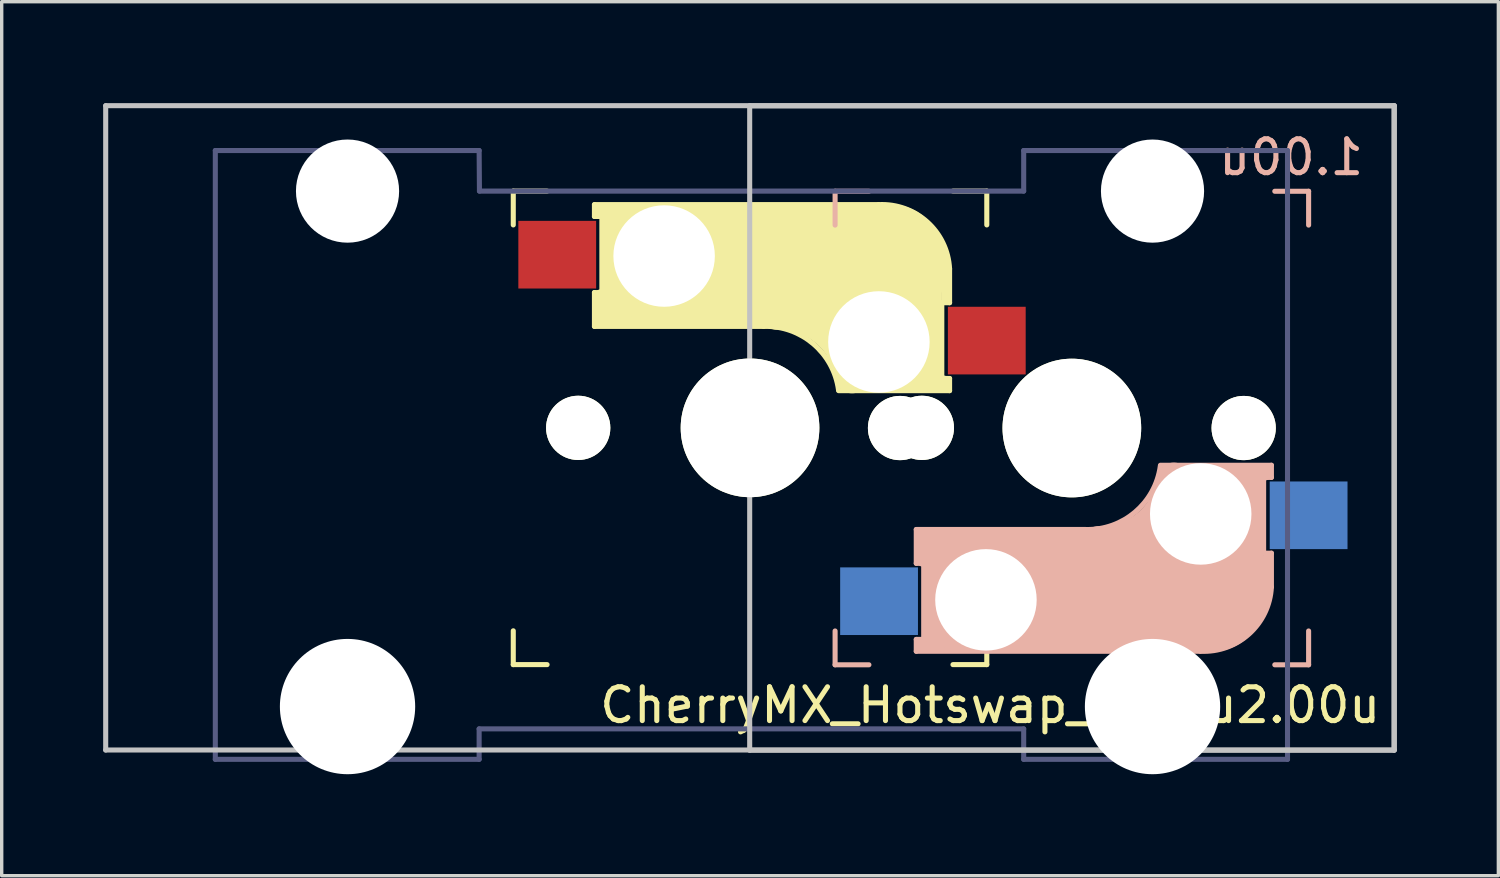
<source format=kicad_pcb>
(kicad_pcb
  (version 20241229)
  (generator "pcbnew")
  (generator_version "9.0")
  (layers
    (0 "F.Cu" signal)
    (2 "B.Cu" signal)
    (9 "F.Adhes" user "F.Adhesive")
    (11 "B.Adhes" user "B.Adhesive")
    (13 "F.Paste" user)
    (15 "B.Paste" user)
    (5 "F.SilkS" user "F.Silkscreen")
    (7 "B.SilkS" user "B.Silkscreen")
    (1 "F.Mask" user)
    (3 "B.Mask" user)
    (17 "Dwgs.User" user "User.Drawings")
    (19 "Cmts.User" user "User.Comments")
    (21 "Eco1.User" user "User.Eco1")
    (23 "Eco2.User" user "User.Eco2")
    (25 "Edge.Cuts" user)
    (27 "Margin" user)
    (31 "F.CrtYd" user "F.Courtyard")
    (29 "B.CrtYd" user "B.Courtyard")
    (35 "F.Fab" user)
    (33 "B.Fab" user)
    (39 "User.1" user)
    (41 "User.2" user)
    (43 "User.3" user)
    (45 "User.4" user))
  (footprint "CherryMX_Hotswap_1.00u2.00u"
    (layer "F.Cu")
    (at 19.125 9.6)
    (property "Reference" "CherryMX_Hotswap_1.00u2.00u" (at 7.1 8.2 0) (layer "F.SilkS") (effects (font (size 1 1) (thickness 0.15))))
    (attr through_hole)
    (fp_line (start -7 -7) (end -6 -7) (stroke (width 0.15) (type solid)) (layer "F.SilkS"))
    (fp_line (start -7 -6) (end -7 -7) (stroke (width 0.15) (type solid)) (layer "F.SilkS"))
    (fp_line (start -7 6) (end -7 7) (stroke (width 0.15) (type solid)) (layer "F.SilkS"))
    (fp_line (start -7 7) (end -6 7) (stroke (width 0.15) (type solid)) (layer "F.SilkS"))
    (fp_line (start -4.6 -6.6) (end 3.8 -6.6) (stroke (width 0.15) (type solid)) (layer "F.SilkS"))
    (fp_line (start -4.6 -6.25) (end -4.6 -6.6) (stroke (width 0.15) (type solid)) (layer "F.SilkS"))
    (fp_line (start -4.6 -4) (end -4.4 -4) (stroke (width 0.15) (type solid)) (layer "F.SilkS"))
    (fp_line (start -4.6 -3) (end -4.6 -4) (stroke (width 0.15) (type solid)) (layer "F.SilkS"))
    (fp_line (start -4.4 -6.4) (end -3 -6.4) (stroke (width 0.4) (type solid)) (layer "F.SilkS"))
    (fp_line (start -4.4 -6.25) (end -4.6 -6.25) (stroke (width 0.15) (type solid)) (layer "F.SilkS"))
    (fp_line (start -4.4 -3.9) (end -4.4 -3.2) (stroke (width 0.4) (type solid)) (layer "F.SilkS"))
    (fp_line (start -4.38 -4) (end -4.38 -6.25) (stroke (width 0.15) (type solid)) (layer "F.SilkS"))
    (fp_line (start -4.3 -3.3) (end -2.9 -3.3) (stroke (width 0.5) (type solid)) (layer "F.SilkS"))
    (fp_line (start -3.9 -6) (end -3.9 -3.5) (stroke (width 1) (type solid)) (layer "F.SilkS"))
    (fp_line (start -2.6 -4.8) (end 4.1 -4.8) (stroke (width 3.5) (type solid)) (layer "F.SilkS"))
    (fp_line (start 0.4 -3) (end -4.6 -3) (stroke (width 0.15) (type solid)) (layer "F.SilkS"))
    (fp_line (start 4.17 -5.1) (end 4.17 -2.86) (stroke (width 3) (type solid)) (layer "F.SilkS"))
    (fp_line (start 5.3 -1.6) (end 5.3 -3.4) (stroke (width 0.8) (type solid)) (layer "F.SilkS"))
    (fp_line (start 5.67 -3.7) (end 5.67 -1.46) (stroke (width 0.15) (type solid)) (layer "F.SilkS"))
    (fp_line (start 5.7 -1.46) (end 5.9 -1.46) (stroke (width 0.15) (type solid)) (layer "F.SilkS"))
    (fp_line (start 5.7 -1.3) (end 3 -1.3) (stroke (width 0.5) (type solid)) (layer "F.SilkS"))
    (fp_line (start 5.8 -3.8) (end 5.8 -4.7) (stroke (width 0.3) (type solid)) (layer "F.SilkS"))
    (fp_line (start 5.9 -4.7) (end 5.9 -3.7) (stroke (width 0.15) (type solid)) (layer "F.SilkS"))
    (fp_line (start 5.9 -3.7) (end 5.7 -3.7) (stroke (width 0.15) (type solid)) (layer "F.SilkS"))
    (fp_line (start 5.9 -1.1) (end 2.62 -1.1) (stroke (width 0.15) (type solid)) (layer "F.SilkS"))
    (fp_line (start 5.9 -1.1) (end 5.9 -1.46) (stroke (width 0.15) (type solid)) (layer "F.SilkS"))
    (fp_line (start 6 7) (end 7 7) (stroke (width 0.15) (type solid)) (layer "F.SilkS"))
    (fp_line (start 7 -7) (end 6 -7) (stroke (width 0.15) (type solid)) (layer "F.SilkS"))
    (fp_line (start 7 -7) (end 7 -6) (stroke (width 0.15) (type solid)) (layer "F.SilkS"))
    (fp_line (start 7 7) (end 7 6) (stroke (width 0.15) (type solid)) (layer "F.SilkS"))
    (fp_arc (start 0.4 -3) (mid 1.868709 -2.486118) (end 2.616318 -1.121471) (stroke (width 0.15) (type solid)) (layer "F.SilkS"))
    (fp_arc (start 0.8 -3.4) (mid 2.268709 -2.886118) (end 3.016318 -1.521471) (stroke (width 1) (type solid)) (layer "F.SilkS"))
    (fp_arc (start 3.8 -6.600001) (mid 5.243504 -6.084925) (end 5.900001 -4.7) (stroke (width 0.15) (type solid)) (layer "F.SilkS"))
    (fp_line (start 2.515 -6.995) (end 2.515 -5.995) (stroke (width 0.15) (type solid)) (layer "B.SilkS"))
    (fp_line (start 2.515 7.005) (end 2.515 6.005) (stroke (width 0.15) (type solid)) (layer "B.SilkS"))
    (fp_line (start 2.515 7.005) (end 3.515 7.005) (stroke (width 0.15) (type solid)) (layer "B.SilkS"))
    (fp_line (start 3.515 -6.995) (end 2.515 -6.995) (stroke (width 0.15) (type solid)) (layer "B.SilkS"))
    (fp_line (start 4.915 3.005) (end 4.915 4.005) (stroke (width 0.15) (type solid)) (layer "B.SilkS"))
    (fp_line (start 4.915 4.005) (end 5.115 4.005) (stroke (width 0.15) (type solid)) (layer "B.SilkS"))
    (fp_line (start 4.915 6.255) (end 4.915 6.605) (stroke (width 0.15) (type solid)) (layer "B.SilkS"))
    (fp_line (start 4.915 6.605) (end 13.315 6.605) (stroke (width 0.15) (type solid)) (layer "B.SilkS"))
    (fp_line (start 5.115 3.905) (end 5.115 3.205) (stroke (width 0.4) (type solid)) (layer "B.SilkS"))
    (fp_line (start 5.115 6.255) (end 4.915 6.255) (stroke (width 0.15) (type solid)) (layer "B.SilkS"))
    (fp_line (start 5.115 6.405) (end 6.515 6.405) (stroke (width 0.4) (type solid)) (layer "B.SilkS"))
    (fp_line (start 5.135 4.005) (end 5.135 6.255) (stroke (width 0.15) (type solid)) (layer "B.SilkS"))
    (fp_line (start 5.215 3.305) (end 6.615 3.305) (stroke (width 0.5) (type solid)) (layer "B.SilkS"))
    (fp_line (start 5.615 6.005) (end 5.615 3.505) (stroke (width 1) (type solid)) (layer "B.SilkS"))
    (fp_line (start 6.915 4.805) (end 13.615 4.805) (stroke (width 3.5) (type solid)) (layer "B.SilkS"))
    (fp_line (start 9.915 3.005) (end 4.915 3.005) (stroke (width 0.15) (type solid)) (layer "B.SilkS"))
    (fp_line (start 13.685 5.105) (end 13.685 2.865) (stroke (width 3) (type solid)) (layer "B.SilkS"))
    (fp_line (start 14.815 1.605) (end 14.815 3.405) (stroke (width 0.8) (type solid)) (layer "B.SilkS"))
    (fp_line (start 15.185 3.705) (end 15.185 1.465) (stroke (width 0.15) (type solid)) (layer "B.SilkS"))
    (fp_line (start 15.215 1.305) (end 12.515 1.305) (stroke (width 0.5) (type solid)) (layer "B.SilkS"))
    (fp_line (start 15.215 1.465) (end 15.415 1.465) (stroke (width 0.15) (type solid)) (layer "B.SilkS"))
    (fp_line (start 15.315 3.805) (end 15.315 4.705) (stroke (width 0.3) (type solid)) (layer "B.SilkS"))
    (fp_line (start 15.415 1.105) (end 12.135 1.105) (stroke (width 0.15) (type solid)) (layer "B.SilkS"))
    (fp_line (start 15.415 1.105) (end 15.415 1.465) (stroke (width 0.15) (type solid)) (layer "B.SilkS"))
    (fp_line (start 15.415 3.705) (end 15.215 3.705) (stroke (width 0.15) (type solid)) (layer "B.SilkS"))
    (fp_line (start 15.415 4.705) (end 15.415 3.705) (stroke (width 0.15) (type solid)) (layer "B.SilkS"))
    (fp_line (start 16.515 -6.995) (end 15.515 -6.995) (stroke (width 0.15) (type solid)) (layer "B.SilkS"))
    (fp_line (start 16.515 -5.995) (end 16.515 -6.995) (stroke (width 0.15) (type solid)) (layer "B.SilkS"))
    (fp_line (start 16.515 6.005) (end 16.515 7.005) (stroke (width 0.15) (type solid)) (layer "B.SilkS"))
    (fp_line (start 16.515 7.005) (end 15.515 7.005) (stroke (width 0.15) (type solid)) (layer "B.SilkS"))
    (fp_arc (start 12.131318 1.126471) (mid 11.383709 2.491118) (end 9.915 3.005) (stroke (width 0.15) (type solid)) (layer "B.SilkS"))
    (fp_arc (start 12.531318 1.526471) (mid 11.783709 2.891118) (end 10.315 3.405) (stroke (width 1) (type solid)) (layer "B.SilkS"))
    (fp_arc (start 15.415 4.704999) (mid 14.758504 6.089924) (end 13.315001 6.605) (stroke (width 0.15) (type solid)) (layer "B.SilkS"))
    (fp_line (start -19.05 -9.525) (end 19.05 -9.525) (stroke (width 0.15) (type solid)) (layer "Dwgs.User"))
    (fp_line (start -19.05 9.525) (end -19.05 -9.525) (stroke (width 0.15) (type solid)) (layer "Dwgs.User"))
    (fp_line (start -0.01 -9.52) (end 19.04 -9.52) (stroke (width 0.15) (type solid)) (layer "Dwgs.User"))
    (fp_line (start -0.01 9.53) (end -0.01 -9.52) (stroke (width 0.15) (type solid)) (layer "Dwgs.User"))
    (fp_line (start 19.04 -9.52) (end 19.04 9.53) (stroke (width 0.15) (type solid)) (layer "Dwgs.User"))
    (fp_line (start 19.04 9.53) (end -0.01 9.53) (stroke (width 0.15) (type solid)) (layer "Dwgs.User"))
    (fp_line (start 19.05 -9.525) (end 19.05 9.525) (stroke (width 0.15) (type solid)) (layer "Dwgs.User"))
    (fp_line (start 19.05 9.525) (end -19.05 9.525) (stroke (width 0.15) (type solid)) (layer "Dwgs.User"))
    (fp_line (start -15.809 9.8) (end -8.009 9.8) (stroke (width 0.15) (type solid)) (layer "B.Fab"))
    (fp_line (start -15.809 -8.2) (end -15.809 9.8) (stroke (width 0.15) (type solid)) (layer "B.Fab"))
    (fp_line (start -8.009 -8.2) (end -15.809 -8.2) (stroke (width 0.15) (type solid)) (layer "B.Fab"))
    (fp_line (start -8.009 8.9) (end 8.091 8.9) (stroke (width 0.15) (type solid)) (layer "B.Fab"))
    (fp_line (start -8.009 9.8) (end -8.009 8.9) (stroke (width 0.15) (type solid)) (layer "B.Fab"))
    (fp_line (start -8 -7) (end -8.009 -8.2) (stroke (width 0.15) (type solid)) (layer "B.Fab"))
    (fp_line (start 8.091 9.8) (end 8.091 8.9) (stroke (width 0.15) (type solid)) (layer "B.Fab"))
    (fp_line (start 8.091 9.8) (end 15.891 9.8) (stroke (width 0.15) (type solid)) (layer "B.Fab"))
    (fp_line (start 8.091 -8.2) (end 8.091 -7) (stroke (width 0.15) (type solid)) (layer "B.Fab"))
    (fp_line (start 8.091 -7) (end -8 -7) (stroke (width 0.15) (type solid)) (layer "B.Fab"))
    (fp_line (start 15.891 -8.2) (end 8.091 -8.2) (stroke (width 0.15) (type solid)) (layer "B.Fab"))
    (fp_line (start 15.891 9.8) (end 15.891 -8.2) (stroke (width 0.15) (type solid)) (layer "B.Fab"))
    (fp_text user "1.00u" (at 16 -8 180) (layer "B.SilkS") (effects (font (size 1 1) (thickness 0.15)) (justify mirror)))
    (pad "" np_thru_hole circle (at -11.9 -7) (size 3.05 3.05) (drill 3.05) (layers "*.Cu" "*.Mask"))
    (pad "" np_thru_hole circle (at -11.9 8.24) (size 4 4) (drill 4) (layers "*.Cu" "*.Mask"))
    (pad "" np_thru_hole circle (at -5.08 0) (size 1.9 1.9) (drill 1.9) (layers "*.Cu" "*.Mask" "F.SilkS"))
    (pad "" np_thru_hole circle (at -2.54 -5.08 180) (size 3 3) (drill 3) (layers "*.Cu" "*.Mask"))
    (pad "" np_thru_hole circle (at 0 0 90) (size 4.1 4.1) (drill 4.1) (layers "*.Cu" "*.Mask" "F.SilkS"))
    (pad "" np_thru_hole circle (at 3.81 -2.54 180) (size 3 3) (drill 3) (layers "*.Cu" "*.Mask"))
    (pad "" np_thru_hole circle (at 4.435 0.005 180) (size 1.9 1.9) (drill 1.9) (layers "*.Cu" "*.Mask" "F.SilkS"))
    (pad "" np_thru_hole circle (at 5.08 0) (size 1.9 1.9) (drill 1.9) (layers "*.Cu" "*.Mask" "F.SilkS"))
    (pad "" np_thru_hole circle (at 6.975 5.085) (size 3 3) (drill 3) (layers "*.Cu" "*.Mask"))
    (pad "" np_thru_hole circle (at 9.515 0.005 270) (size 4.1 4.1) (drill 4.1) (layers "*.Cu" "*.Mask" "F.SilkS"))
    (pad "" np_thru_hole circle (at 11.9 -7) (size 3.05 3.05) (drill 3.05) (layers "*.Cu" "*.Mask"))
    (pad "" np_thru_hole circle (at 11.9 8.24) (size 4 4) (drill 4) (layers "*.Cu" "*.Mask"))
    (pad "" np_thru_hole circle (at 13.325 2.545) (size 3 3) (drill 3) (layers "*.Cu" "*.Mask"))
    (pad "" np_thru_hole circle (at 14.595 0.005 180) (size 1.9 1.9) (drill 1.9) (layers "*.Cu" "*.Mask" "F.SilkS"))
    (pad "1" smd rect (at 7 -2.58 180) (size 2.3 2) (layers "F.Cu" "F.Mask" "F.Paste"))
    (pad "1" smd rect (at 16.515 2.585) (size 2.3 2) (layers "B.Cu" "B.Mask" "B.Paste"))
    (pad "2" smd rect (at -5.7 -5.12 180) (size 2.3 2) (layers "F.Cu" "F.Mask" "F.Paste"))
    (pad "2" smd rect (at 3.815 5.125) (size 2.3 2) (layers "B.Cu" "B.Mask" "B.Paste")))
  (gr_rect
    (start -3 -3)
    (end 41.25 22.84)
    (stroke (width 0.1) (type default))
    (fill no)
    (layer "Edge.Cuts")))
</source>
